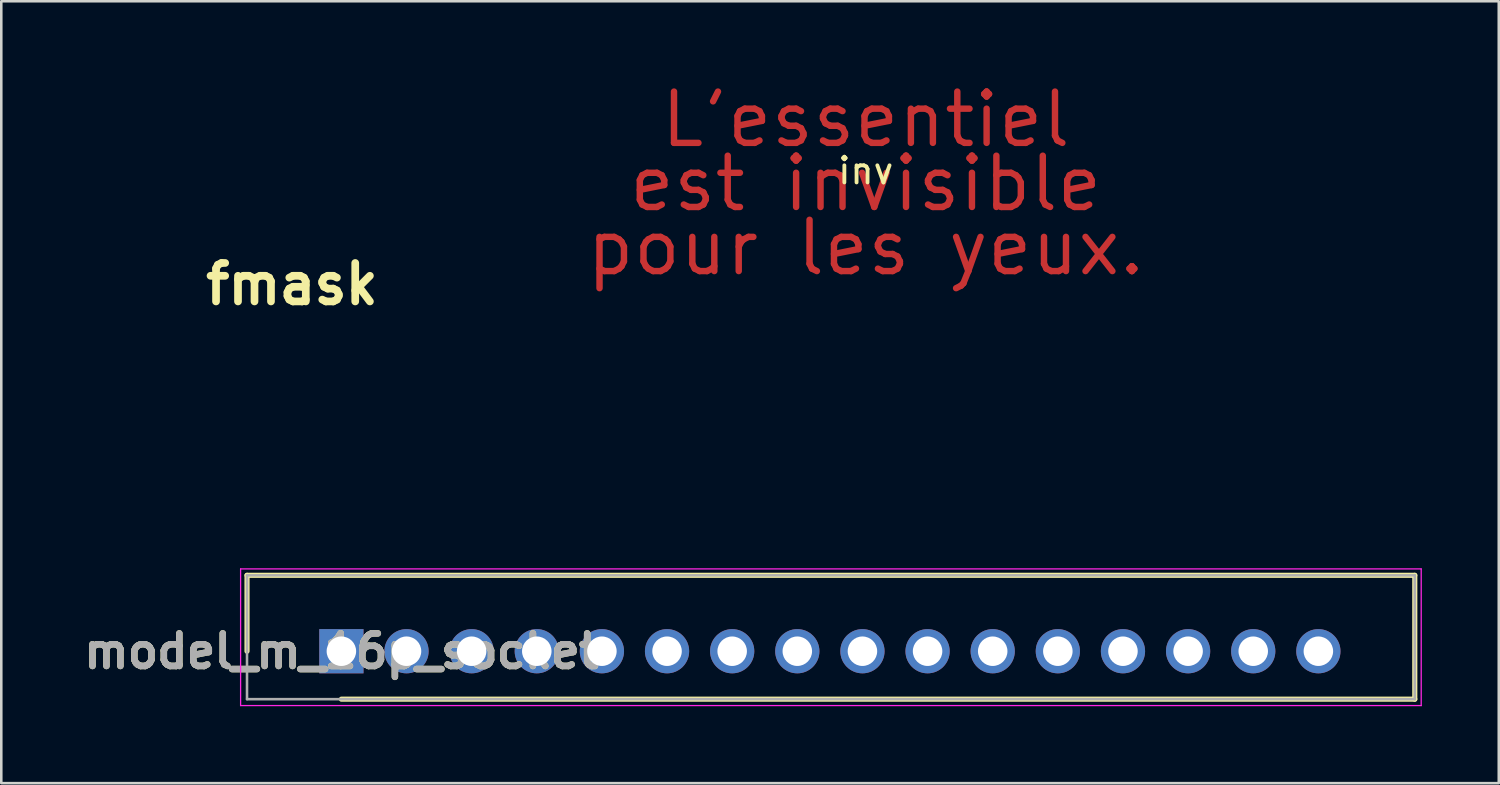
<source format=kicad_pcb>
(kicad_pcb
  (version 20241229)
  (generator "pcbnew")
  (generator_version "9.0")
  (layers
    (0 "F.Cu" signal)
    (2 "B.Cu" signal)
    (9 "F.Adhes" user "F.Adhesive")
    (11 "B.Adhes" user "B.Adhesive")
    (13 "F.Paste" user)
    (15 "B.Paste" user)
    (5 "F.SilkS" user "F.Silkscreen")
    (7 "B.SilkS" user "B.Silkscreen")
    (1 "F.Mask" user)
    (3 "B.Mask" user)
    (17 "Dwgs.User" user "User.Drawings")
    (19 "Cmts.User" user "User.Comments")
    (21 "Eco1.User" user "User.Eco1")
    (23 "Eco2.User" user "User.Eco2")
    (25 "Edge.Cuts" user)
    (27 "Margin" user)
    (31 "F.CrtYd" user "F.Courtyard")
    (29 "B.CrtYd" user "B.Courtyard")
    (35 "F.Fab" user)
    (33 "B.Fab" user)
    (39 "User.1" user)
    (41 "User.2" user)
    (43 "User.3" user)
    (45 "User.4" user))
  (footprint "fmask"
    (layer "F.Cu")
    (at 8.339 8.027)
    (property "Reference" "fmask" (at 0 0 0) (layer "F.SilkS") (effects (font (size 1.5 1.5) (thickness 0.3))))
    (attr board_only exclude_from_pos_files exclude_from_bom)
    (fp_poly (pts (xy -0.059 -8.017) (xy 0.446 -7.957) (xy 1.025 -7.851) (xy 1.619 -7.713) (xy 2.17 -7.556) (xy 2.618 -7.396) (xy 2.67 -7.373) (xy 3.261 -7.06) (xy 3.89 -6.638) (xy 4.512 -6.144) (xy 5.085 -5.613) (xy 5.565 -5.081) (xy 5.778 -4.795) (xy 6.019 -4.404) (xy 6.273 -3.933) (xy 6.518 -3.429) (xy 6.729 -2.942) (xy 6.884 -2.521) (xy 6.937 -2.335) (xy 7.028 -1.836) (xy 7.094 -1.237) (xy 7.131 -0.605) (xy 7.133 -0.011) (xy 7.109 0.386) (xy 6.924 1.395) (xy 6.589 2.372) (xy 6.119 3.296) (xy 5.528 4.149) (xy 4.831 4.91) (xy 4.044 5.56) (xy 3.179 6.079) (xy 2.743 6.276) (xy 2.043 6.535) (xy 1.426 6.71) (xy 0.835 6.811) (xy 0.214 6.852) (xy 0 6.854) (xy -0.81 6.826) (xy -1.509 6.737) (xy -2.151 6.578) (xy -2.786 6.336) (xy -3.086 6.196) (xy -3.829 5.8) (xy -4.444 5.391) (xy -4.972 4.94) (xy -5.452 4.415) (xy -5.543 4.302) (xy -6.037 3.624) (xy -6.412 2.976) (xy -6.694 2.306) (xy -6.901 1.599) (xy -7.085 0.514) (xy -7.102 -0.549) (xy -6.955 -1.582) (xy -6.644 -2.577) (xy -6.172 -3.529) (xy -5.541 -4.429) (xy -5.236 -4.783) (xy -4.663 -5.313) (xy -3.972 -5.797) (xy -3.213 -6.207) (xy -2.436 -6.515) (xy -1.94 -6.648) (xy -1.597 -6.701) (xy -1.152 -6.743) (xy -0.673 -6.768) (xy -0.38 -6.773) (xy 0.105 -6.766) (xy 0.483 -6.738) (xy 0.816 -6.682) (xy 1.167 -6.59) (xy 1.287 -6.553) (xy 2.2 -6.211) (xy 2.989 -5.79) (xy 3.688 -5.27) (xy 3.981 -5.001) (xy 4.582 -4.345) (xy 5.059 -3.662) (xy 5.434 -2.912) (xy 5.732 -2.053) (xy 5.811 -1.763) (xy 5.878 -1.357) (xy 5.909 -0.839) (xy 5.907 -0.264) (xy 5.872 0.314) (xy 5.806 0.843) (xy 5.712 1.267) (xy 5.711 1.27) (xy 5.471 1.901) (xy 5.135 2.569) (xy 4.739 3.204) (xy 4.633 3.353) (xy 4.302 3.732) (xy 3.862 4.138) (xy 3.361 4.533) (xy 2.849 4.88) (xy 2.372 5.141) (xy 2.235 5.201) (xy 1.251 5.509) (xy 0.264 5.651) (xy -0.711 5.627) (xy -1.665 5.441) (xy -2.584 5.094) (xy -3.456 4.588) (xy -3.922 4.233) (xy -4.443 3.73) (xy -4.899 3.129) (xy -5.318 2.396) (xy -5.331 2.371) (xy -5.57 1.845) (xy -5.732 1.353) (xy -5.829 0.84) (xy -5.873 0.247) (xy -5.88 -0.127) (xy -5.859 -0.742) (xy -5.782 -1.286) (xy -5.633 -1.817) (xy -5.399 -2.391) (xy -5.226 -2.752) (xy -4.944 -3.208) (xy -4.553 -3.69) (xy -4.096 -4.157) (xy -3.613 -4.567) (xy -3.148 -4.878) (xy -3.006 -4.952) (xy -2.241 -5.276) (xy -1.547 -5.481) (xy -0.881 -5.576) (xy -0.563 -5.587) (xy 0.407 -5.505) (xy 1.313 -5.27) (xy 2.147 -4.884) (xy 2.898 -4.353) (xy 3.559 -3.682) (xy 3.929 -3.183) (xy 4.317 -2.452) (xy 4.572 -1.651) (xy 4.693 -0.81) (xy 4.682 0.041) (xy 4.536 0.871) (xy 4.257 1.649) (xy 4.003 2.11) (xy 3.586 2.701) (xy 3.148 3.174) (xy 2.644 3.57) (xy 2.03 3.927) (xy 1.82 4.031) (xy 1.219 4.251) (xy 0.531 4.39) (xy -0.174 4.438) (xy -0.788 4.392) (xy -1.65 4.175) (xy -2.427 3.823) (xy -3.108 3.349) (xy -3.682 2.766) (xy -4.135 2.09) (xy -4.457 1.333) (xy -4.635 0.509) (xy -4.668 -0.057) (xy -4.65 -0.619) (xy -4.587 -1.079) (xy -4.464 -1.503) (xy -4.266 -1.955) (xy -4.173 -2.138) (xy -3.843 -2.644) (xy -3.407 -3.139) (xy -2.913 -3.574) (xy -2.412 -3.9) (xy -2.372 -3.92) (xy -2.058 -4.052) (xy -1.663 -4.184) (xy -1.282 -4.286) (xy -0.9 -4.36) (xy -0.587 -4.387) (xy -0.256 -4.371) (xy 0.042 -4.333) (xy 0.849 -4.138) (xy 1.575 -3.803) (xy 2.206 -3.342) (xy 2.729 -2.769) (xy 3.13 -2.097) (xy 3.395 -1.34) (xy 3.475 -0.917) (xy 3.498 -0.148) (xy 3.363 0.593) (xy 3.081 1.284) (xy 2.664 1.906) (xy 2.123 2.437) (xy 1.469 2.858) (xy 1.374 2.905) (xy 1.102 3.028) (xy 0.877 3.106) (xy 0.644 3.151) (xy 0.352 3.17) (xy -0.052 3.175) (xy -0.095 3.175) (xy -0.501 3.172) (xy -0.791 3.157) (xy -1.018 3.117) (xy -1.235 3.042) (xy -1.497 2.918) (xy -1.659 2.836) (xy -2.062 2.61) (xy -2.368 2.382) (xy -2.641 2.1) (xy -2.732 1.99) (xy -3.119 1.387) (xy -3.361 0.742) (xy -3.462 0.078) (xy -3.426 -0.583) (xy -3.258 -1.217) (xy -2.962 -1.802) (xy -2.542 -2.314) (xy -2.004 -2.73) (xy -1.803 -2.842) (xy -1.213 -3.053) (xy -0.566 -3.135) (xy 0.086 -3.085) (xy 0.543 -2.959) (xy 1.12 -2.661) (xy 1.593 -2.251) (xy 1.952 -1.754) (xy 2.188 -1.194) (xy 2.29 -0.597) (xy 2.247 0.013) (xy 2.051 0.611) (xy 2.027 0.66) (xy 1.751 1.117) (xy 1.415 1.467) (xy 0.969 1.764) (xy 0.899 1.801) (xy 0.533 1.927) (xy 0.079 1.988) (xy -0.395 1.983) (xy -0.823 1.911) (xy -1.031 1.833) (xy -1.536 1.495) (xy -1.92 1.047) (xy -2.17 0.511) (xy -2.266 0) (xy -2.269 -0.316) (xy -2.214 -0.583) (xy -2.081 -0.888) (xy -2.059 -0.931) (xy -1.754 -1.371) (xy -1.368 -1.69) (xy -0.93 -1.885) (xy -0.468 -1.952) (xy -0.01 -1.888) (xy 0.416 -1.687) (xy 0.783 -1.348) (xy 0.805 -1.319) (xy 0.997 -0.95) (xy 1.081 -0.523) (xy 1.05 -0.102) (xy 0.949 0.169) (xy 0.747 0.423) (xy 0.46 0.647) (xy 0.151 0.801) (xy -0.072 0.845) (xy -0.413 0.774) (xy -0.735 0.583) (xy -0.969 0.315) (xy -0.977 0.3) (xy -1.071 -0.01) (xy -1.037 -0.305) (xy -0.898 -0.55) (xy -0.678 -0.71) (xy -0.398 -0.747) (xy -0.317 -0.732) (xy -0.115 -0.617) (xy -0.028 -0.435) (xy -0.075 -0.238) (xy -0.121 -0.182) (xy -0.229 -0.094) (xy -0.284 -0.149) (xy -0.309 -0.233) (xy -0.405 -0.395) (xy -0.551 -0.401) (xy -0.676 -0.297) (xy -0.758 -0.091) (xy -0.706 0.123) (xy -0.55 0.313) (xy -0.322 0.444) (xy -0.051 0.484) (xy 0.028 0.474) (xy 0.356 0.339) (xy 0.585 0.1) (xy 0.713 -0.209) (xy 0.739 -0.554) (xy 0.659 -0.898) (xy 0.471 -1.209) (xy 0.173 -1.449) (xy 0.164 -1.454) (xy -0.269 -1.605) (xy -0.689 -1.607) (xy -1.078 -1.48) (xy -1.416 -1.246) (xy -1.686 -0.924) (xy -1.866 -0.535) (xy -1.94 -0.1) (xy -1.886 0.362) (xy -1.787 0.641) (xy -1.504 1.077) (xy -1.119 1.4) (xy -0.663 1.604) (xy -0.165 1.684) (xy 0.345 1.633) (xy 0.838 1.446) (xy 1.189 1.205) (xy 1.584 0.764) (xy 1.838 0.255) (xy 1.951 -0.295) (xy 1.923 -0.859) (xy 1.752 -1.409) (xy 1.44 -1.918) (xy 1.258 -2.121) (xy 0.754 -2.512) (xy 0.185 -2.752) (xy -0.428 -2.835) (xy -0.824 -2.804) (xy -1.492 -2.617) (xy -2.071 -2.288) (xy -2.55 -1.828) (xy -2.895 -1.286) (xy -3.025 -0.89) (xy -3.094 -0.396) (xy -3.101 0.135) (xy -3.046 0.644) (xy -2.928 1.069) (xy -2.906 1.119) (xy -2.612 1.598) (xy -2.202 2.053) (xy -1.729 2.431) (xy -1.463 2.586) (xy -0.861 2.798) (xy -0.196 2.88) (xy 0.485 2.829) (xy 0.994 2.697) (xy 1.625 2.388) (xy 2.175 1.942) (xy 2.627 1.38) (xy 2.964 0.72) (xy 3.136 0.151) (xy 3.197 -0.498) (xy 3.109 -1.171) (xy 2.884 -1.837) (xy 2.534 -2.461) (xy 2.105 -2.974) (xy 1.554 -3.436) (xy 0.959 -3.756) (xy 0.277 -3.956) (xy 0.064 -3.993) (xy -0.709 -4.034) (xy -1.44 -3.924) (xy -2.116 -3.679) (xy -2.726 -3.313) (xy -3.257 -2.842) (xy -3.698 -2.281) (xy -4.036 -1.647) (xy -4.259 -0.954) (xy -4.355 -0.218) (xy -4.313 0.546) (xy -4.12 1.323) (xy -4.109 1.352) (xy -3.9 1.838) (xy -3.627 2.272) (xy -3.257 2.705) (xy -2.983 2.976) (xy -2.325 3.485) (xy -1.599 3.847) (xy -0.825 4.061) (xy -0.025 4.122) (xy 0.779 4.028) (xy 1.568 3.776) (xy 1.861 3.637) (xy 2.207 3.444) (xy 2.538 3.24) (xy 2.791 3.063) (xy 2.82 3.039) (xy 3.168 2.691) (xy 3.519 2.234) (xy 3.836 1.725) (xy 4.083 1.219) (xy 4.171 0.978) (xy 4.316 0.304) (xy 4.367 -0.44) (xy 4.324 -1.185) (xy 4.187 -1.863) (xy 4.171 -1.915) (xy 3.851 -2.665) (xy 3.389 -3.364) (xy 2.813 -3.982) (xy 2.149 -4.487) (xy 1.857 -4.655) (xy 1.182 -4.962) (xy 0.544 -5.151) (xy -0.126 -5.238) (xy -0.517 -5.249) (xy -1.405 -5.167) (xy -2.261 -4.927) (xy -3.064 -4.54) (xy -3.793 -4.02) (xy -4.425 -3.376) (xy -4.687 -3.028) (xy -4.99 -2.496) (xy -5.253 -1.865) (xy -5.45 -1.205) (xy -5.558 -0.586) (xy -5.564 -0.508) (xy -5.555 0.44) (xy -5.387 1.34) (xy -5.058 2.206) (xy -4.658 2.91) (xy -4.089 3.632) (xy -3.407 4.238) (xy -2.632 4.719) (xy -1.783 5.065) (xy -0.88 5.267) (xy 0.056 5.314) (xy 0.169 5.309) (xy 1.158 5.174) (xy 2.078 4.886) (xy 2.92 4.454) (xy 3.672 3.883) (xy 4.324 3.179) (xy 4.866 2.351) (xy 4.972 2.149) (xy 5.252 1.527) (xy 5.44 0.949) (xy 5.545 0.358) (xy 5.58 -0.299) (xy 5.567 -0.841) (xy 5.456 -1.78) (xy 5.207 -2.642) (xy 4.812 -3.444) (xy 4.264 -4.203) (xy 3.648 -4.848) (xy 3.07 -5.336) (xy 2.472 -5.722) (xy 1.802 -6.035) (xy 1.143 -6.264) (xy 0.653 -6.371) (xy 0.053 -6.433) (xy -0.6 -6.45) (xy -1.253 -6.419) (xy -1.787 -6.351) (xy -2.211 -6.239) (xy -2.719 -6.048) (xy -3.26 -5.8) (xy -3.784 -5.521) (xy -4.239 -5.233) (xy -4.322 -5.173) (xy -4.684 -4.858) (xy -5.083 -4.439) (xy -5.478 -3.961) (xy -5.832 -3.471) (xy -6.093 -3.04) (xy -6.362 -2.422) (xy -6.576 -1.701) (xy -6.722 -0.938) (xy -6.784 -0.196) (xy -6.785 -0.085) (xy -6.742 0.607) (xy -6.62 1.34) (xy -6.436 2.051) (xy -6.202 2.676) (xy -6.138 2.811) (xy -5.672 3.588) (xy -5.088 4.32) (xy -4.422 4.969) (xy -3.711 5.495) (xy -3.582 5.573) (xy -2.863 5.956) (xy -2.188 6.228) (xy -1.506 6.403) (xy -0.762 6.496) (xy -0.013 6.519) (xy 0.81 6.472) (xy 1.601 6.322) (xy 2.409 6.058) (xy 3.127 5.743) (xy 3.44 5.583) (xy 3.71 5.417) (xy 3.974 5.218) (xy 4.269 4.958) (xy 4.631 4.607) (xy 4.739 4.499) (xy 5.118 4.111) (xy 5.4 3.799) (xy 5.614 3.528) (xy 5.787 3.258) (xy 5.948 2.954) (xy 5.985 2.879) (xy 6.18 2.446) (xy 6.378 1.958) (xy 6.541 1.508) (xy 6.563 1.439) (xy 6.66 1.119) (xy 6.725 0.841) (xy 6.764 0.558) (xy 6.783 0.22) (xy 6.789 -0.221) (xy 6.788 -0.423) (xy 6.736 -1.394) (xy 6.581 -2.279) (xy 6.309 -3.117) (xy 5.908 -3.951) (xy 5.413 -4.75) (xy 5.012 -5.247) (xy 4.49 -5.758) (xy 3.887 -6.247) (xy 3.245 -6.682) (xy 2.609 -7.027) (xy 2.143 -7.21) (xy 1.57 -7.382) (xy 0.949 -7.529) (xy 0.339 -7.639) (xy -0.2 -7.698) (xy -0.391 -7.704) (xy -1.294 -7.645) (xy -2.214 -7.476) (xy -3.102 -7.209) (xy -3.907 -6.858) (xy -4.268 -6.653) (xy -5.029 -6.137) (xy -5.66 -5.613) (xy -6.195 -5.043) (xy -6.667 -4.39) (xy -7.111 -3.617) (xy -7.246 -3.35) (xy -7.524 -2.74) (xy -7.726 -2.173) (xy -7.862 -1.599) (xy -7.942 -0.972) (xy -7.977 -0.242) (xy -7.98 0.042) (xy -7.979 0.533) (xy -7.963 0.906) (xy -7.927 1.216) (xy -7.865 1.515) (xy -7.77 1.856) (xy -7.755 1.905) (xy -7.429 2.843) (xy -7.046 3.661) (xy -6.58 4.401) (xy -6.004 5.106) (xy -5.313 5.798) (xy -4.59 6.371) (xy -3.747 6.869) (xy -2.825 7.273) (xy -1.866 7.567) (xy -0.907 7.734) (xy -0.804 7.744) (xy -0.285 7.762) (xy 0.316 7.74) (xy 0.942 7.684) (xy 1.539 7.6) (xy 2.049 7.493) (xy 2.244 7.436) (xy 2.673 7.27) (xy 3.181 7.036) (xy 3.721 6.76) (xy 4.244 6.468) (xy 4.704 6.184) (xy 5.051 5.936) (xy 5.42 5.598) (xy 5.833 5.154) (xy 6.253 4.649) (xy 6.642 4.128) (xy 6.964 3.633) (xy 6.966 3.63) (xy 7.166 3.259) (xy 7.338 2.859) (xy 7.493 2.399) (xy 7.64 1.845) (xy 7.79 1.166) (xy 7.846 0.889) (xy 7.931 0.476) (xy 8.009 0.125) (xy 8.072 -0.133) (xy 8.113 -0.264) (xy 8.118 -0.272) (xy 8.225 -0.287) (xy 8.286 -0.261) (xy 8.327 -0.205) (xy 8.34 -0.086) (xy 8.321 0.119) (xy 8.269 0.436) (xy 8.182 0.891) (xy 8.172 0.938) (xy 8.013 1.685) (xy 7.86 2.298) (xy 7.701 2.81) (xy 7.524 3.255) (xy 7.316 3.667) (xy 7.066 4.079) (xy 7.007 4.17) (xy 6.554 4.785) (xy 6.03 5.39) (xy 5.469 5.951) (xy 4.907 6.432) (xy 4.377 6.8) (xy 4.298 6.845) (xy 3.486 7.268) (xy 2.717 7.602) (xy 2.021 7.833) (xy 1.679 7.913) (xy 1.171 7.989) (xy 0.589 8.045) (xy -0.014 8.078) (xy -0.581 8.084) (xy -1.06 8.063) (xy -1.228 8.044) (xy -1.974 7.888) (xy -2.775 7.633) (xy -3.58 7.303) (xy -4.339 6.919) (xy -5 6.502) (xy -5.227 6.33) (xy -5.669 5.938) (xy -6.13 5.466) (xy -6.572 4.957) (xy -6.961 4.454) (xy -7.261 3.998) (xy -7.322 3.886) (xy -7.568 3.356) (xy -7.81 2.723) (xy -8.027 2.05) (xy -8.2 1.403) (xy -8.299 0.895) (xy -8.339 0.39) (xy -8.335 -0.221) (xy -8.29 -0.881) (xy -8.208 -1.533) (xy -8.094 -2.12) (xy -8.076 -2.189) (xy -7.942 -2.606) (xy -7.735 -3.109) (xy -7.481 -3.648) (xy -7.204 -4.17) (xy -6.986 -4.534) (xy -6.513 -5.164) (xy -5.914 -5.791) (xy -5.228 -6.38) (xy -4.497 -6.896) (xy -3.897 -7.237) (xy -3.164 -7.544) (xy -2.336 -7.786) (xy -1.475 -7.951) (xy -0.638 -8.027)) (stroke (width 0) (type solid)) (fill yes) (layer "F.Mask")))
  (footprint "model_m_16p_socket"
    (layer "F.Cu")
    (at 10.263 22.346)
    (property "Reference" "model_m_16p_socket" (at 0 0 0) (layer "F.SilkS") (effects (font (size 1.27 1.27) (thickness 0.254))))
    (attr through_hole)
    (fp_line (start -3.68 -2.96) (end -3.68 0) (stroke (width 0.2) (type solid)) (layer "F.SilkS"))
    (fp_line (start 0 1.87) (end 41.86 1.87) (stroke (width 0.2) (type solid)) (layer "F.SilkS"))
    (fp_line (start 41.86 -2.96) (end -3.68 -2.96) (stroke (width 0.2) (type solid)) (layer "F.SilkS"))
    (fp_line (start 41.86 1.87) (end 41.86 -2.96) (stroke (width 0.2) (type solid)) (layer "F.SilkS"))
    (fp_line (start -3.93 -3.21) (end 42.11 -3.21) (stroke (width 0.05) (type solid)) (layer "F.CrtYd"))
    (fp_line (start -3.93 2.12) (end -3.93 -3.21) (stroke (width 0.05) (type solid)) (layer "F.CrtYd"))
    (fp_line (start 42.11 -3.21) (end 42.11 2.12) (stroke (width 0.05) (type solid)) (layer "F.CrtYd"))
    (fp_line (start 42.11 2.12) (end -3.93 2.12) (stroke (width 0.05) (type solid)) (layer "F.CrtYd"))
    (fp_line (start -3.68 -2.96) (end 41.86 -2.96) (stroke (width 0.1) (type solid)) (layer "F.Fab"))
    (fp_line (start -3.68 1.87) (end -3.68 -2.96) (stroke (width 0.1) (type solid)) (layer "F.Fab"))
    (fp_line (start 41.86 -2.96) (end 41.86 1.87) (stroke (width 0.1) (type solid)) (layer "F.Fab"))
    (fp_line (start 41.86 1.87) (end -3.68 1.87) (stroke (width 0.1) (type solid)) (layer "F.Fab"))
    (fp_text user "${REFERENCE}" (at 0 0 0) (layer "F.Fab") (effects (font (size 1.27 1.27) (thickness 0.254))))
    (pad "1" thru_hole rect (at 0 0) (size 1.725 1.725) (drill 1.15) (layers "*.Cu" "*.Mask"))
    (pad "2" thru_hole circle (at 2.54 0) (size 1.725 1.725) (drill 1.15) (layers "*.Cu" "*.Mask"))
    (pad "3" thru_hole circle (at 5.08 0) (size 1.725 1.725) (drill 1.15) (layers "*.Cu" "*.Mask"))
    (pad "4" thru_hole circle (at 7.62 0) (size 1.725 1.725) (drill 1.15) (layers "*.Cu" "*.Mask"))
    (pad "5" thru_hole circle (at 10.16 0) (size 1.725 1.725) (drill 1.15) (layers "*.Cu" "*.Mask"))
    (pad "6" thru_hole circle (at 12.7 0) (size 1.725 1.725) (drill 1.15) (layers "*.Cu" "*.Mask"))
    (pad "7" thru_hole circle (at 15.24 0) (size 1.725 1.725) (drill 1.15) (layers "*.Cu" "*.Mask"))
    (pad "8" thru_hole circle (at 17.78 0) (size 1.725 1.725) (drill 1.15) (layers "*.Cu" "*.Mask"))
    (pad "9" thru_hole circle (at 20.32 0) (size 1.725 1.725) (drill 1.15) (layers "*.Cu" "*.Mask"))
    (pad "10" thru_hole circle (at 22.86 0) (size 1.725 1.725) (drill 1.15) (layers "*.Cu" "*.Mask"))
    (pad "11" thru_hole circle (at 25.4 0) (size 1.725 1.725) (drill 1.15) (layers "*.Cu" "*.Mask"))
    (pad "12" thru_hole circle (at 27.94 0) (size 1.725 1.725) (drill 1.15) (layers "*.Cu" "*.Mask"))
    (pad "13" thru_hole circle (at 30.48 0) (size 1.725 1.725) (drill 1.15) (layers "*.Cu" "*.Mask"))
    (pad "14" thru_hole circle (at 33.02 0) (size 1.725 1.725) (drill 1.15) (layers "*.Cu" "*.Mask"))
    (pad "15" thru_hole circle (at 35.56 0) (size 1.725 1.725) (drill 1.15) (layers "*.Cu" "*.Mask"))
    (pad "16" thru_hole circle (at 38.1 0) (size 1.725 1.725) (drill 1.15) (layers "*.Cu" "*.Mask")))
  (footprint "inv"
    (layer "F.Cu")
    (at 30.711 4.109)
    (property "Reference" "inv" (at 0 -0.5 0) (unlocked yes) (layer "F.SilkS") (effects (font (size 1 1) (thickness 0.15))))
    (attr smd)
    (fp_text user "est invisible" (at 0 0 0) (unlocked yes) (layer "F.Cu") (effects (font (size 2 2) (thickness 0.25))))
    (fp_text user "pour les yeux." (at 0 2.5 0) (unlocked yes) (layer "F.Cu") (effects (font (size 2 2) (thickness 0.25))))
    (fp_text user "L'essentiel" (at 0 -2.5 0) (unlocked yes) (layer "F.Cu") (effects (font (size 2 2) (thickness 0.25))))
    (fp_text user "est invisible" (at 0 0 0) (unlocked yes) (layer "F.Mask") (effects (font (size 2 2) (thickness 0.25))))
    (fp_text user "pour les yeux." (at 0 2.5 0) (unlocked yes) (layer "F.Mask") (effects (font (size 2 2) (thickness 0.25))))
    (fp_text user "L'essentiel" (at 0 -2.5 0) (unlocked yes) (layer "F.Mask") (effects (font (size 2 2) (thickness 0.25)))))
  (gr_rect
    (start -3 -3)
    (end 55.398 27.491)
    (stroke (width 0.1) (type default))
    (fill no)
    (layer "Edge.Cuts")))
</source>
